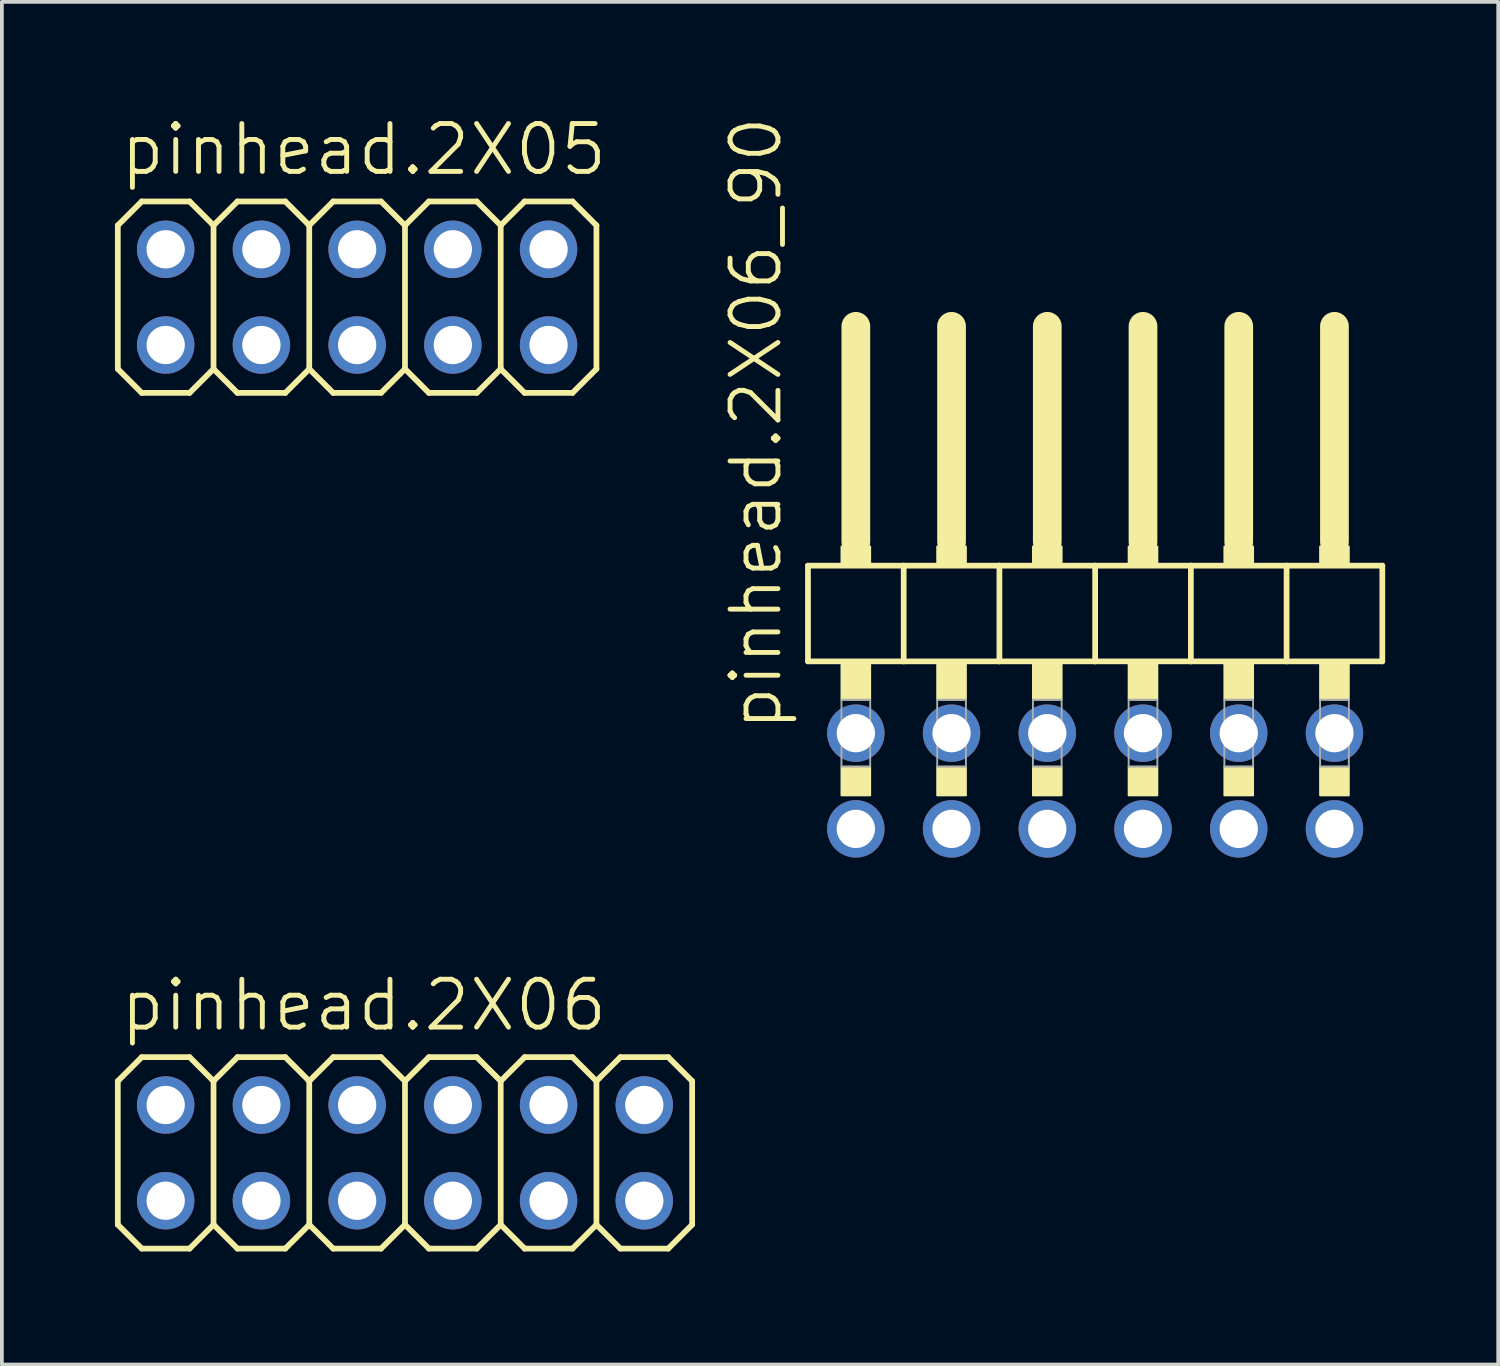
<source format=kicad_pcb>
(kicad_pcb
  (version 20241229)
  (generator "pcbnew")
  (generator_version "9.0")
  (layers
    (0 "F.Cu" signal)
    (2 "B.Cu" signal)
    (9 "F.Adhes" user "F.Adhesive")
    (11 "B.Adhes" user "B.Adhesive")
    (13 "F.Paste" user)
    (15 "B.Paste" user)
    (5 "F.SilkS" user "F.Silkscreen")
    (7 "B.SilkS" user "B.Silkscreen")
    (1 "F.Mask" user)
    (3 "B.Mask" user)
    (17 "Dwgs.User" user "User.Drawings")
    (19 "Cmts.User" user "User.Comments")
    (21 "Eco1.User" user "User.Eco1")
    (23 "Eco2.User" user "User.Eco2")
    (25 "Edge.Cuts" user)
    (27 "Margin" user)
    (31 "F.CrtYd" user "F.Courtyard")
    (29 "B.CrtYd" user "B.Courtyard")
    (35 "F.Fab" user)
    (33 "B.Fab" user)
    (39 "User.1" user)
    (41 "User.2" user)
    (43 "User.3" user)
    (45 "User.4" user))
  (footprint "pinhead.2X05"
    (layer "F.Cu")
    (at 6.426 4.835)
    (property "Reference" "pinhead.2X05" (at -6.35 -3.175 0) (layer "F.SilkS") (effects (font (size 1.27 1.27) (thickness 0.13)) (justify left bottom)))
    (attr through_hole)
    (fp_line (start -6.35 -1.905) (end -5.715 -2.54) (stroke (width 0.152) (type default)) (layer "F.SilkS"))
    (fp_line (start -6.35 1.905) (end -6.35 -1.905) (stroke (width 0.152) (type default)) (layer "F.SilkS"))
    (fp_line (start -6.35 1.905) (end -5.715 2.54) (stroke (width 0.152) (type default)) (layer "F.SilkS"))
    (fp_line (start -5.715 -2.54) (end -4.445 -2.54) (stroke (width 0.152) (type default)) (layer "F.SilkS"))
    (fp_line (start -5.715 2.54) (end -4.445 2.54) (stroke (width 0.152) (type default)) (layer "F.SilkS"))
    (fp_line (start -4.445 -2.54) (end -3.81 -1.905) (stroke (width 0.152) (type default)) (layer "F.SilkS"))
    (fp_line (start -4.445 2.54) (end -3.81 1.905) (stroke (width 0.152) (type default)) (layer "F.SilkS"))
    (fp_line (start -3.81 -1.905) (end -3.81 1.905) (stroke (width 0.152) (type default)) (layer "F.SilkS"))
    (fp_line (start -3.81 -1.905) (end -3.175 -2.54) (stroke (width 0.152) (type default)) (layer "F.SilkS"))
    (fp_line (start -3.81 1.905) (end -3.175 2.54) (stroke (width 0.152) (type default)) (layer "F.SilkS"))
    (fp_line (start -3.175 -2.54) (end -1.905 -2.54) (stroke (width 0.152) (type default)) (layer "F.SilkS"))
    (fp_line (start -3.175 2.54) (end -1.905 2.54) (stroke (width 0.152) (type default)) (layer "F.SilkS"))
    (fp_line (start -1.905 -2.54) (end -1.27 -1.905) (stroke (width 0.152) (type default)) (layer "F.SilkS"))
    (fp_line (start -1.905 2.54) (end -1.27 1.905) (stroke (width 0.152) (type default)) (layer "F.SilkS"))
    (fp_line (start -1.27 -1.905) (end -1.27 1.905) (stroke (width 0.152) (type default)) (layer "F.SilkS"))
    (fp_line (start -1.27 -1.905) (end -0.635 -2.54) (stroke (width 0.152) (type default)) (layer "F.SilkS"))
    (fp_line (start -1.27 1.905) (end -0.635 2.54) (stroke (width 0.152) (type default)) (layer "F.SilkS"))
    (fp_line (start -0.635 -2.54) (end 0.635 -2.54) (stroke (width 0.152) (type default)) (layer "F.SilkS"))
    (fp_line (start -0.635 2.54) (end 0.635 2.54) (stroke (width 0.152) (type default)) (layer "F.SilkS"))
    (fp_line (start 0.635 -2.54) (end 1.27 -1.905) (stroke (width 0.152) (type default)) (layer "F.SilkS"))
    (fp_line (start 0.635 2.54) (end 1.27 1.905) (stroke (width 0.152) (type default)) (layer "F.SilkS"))
    (fp_line (start 1.27 -1.905) (end 1.27 1.905) (stroke (width 0.152) (type default)) (layer "F.SilkS"))
    (fp_line (start 1.27 -1.905) (end 1.905 -2.54) (stroke (width 0.152) (type default)) (layer "F.SilkS"))
    (fp_line (start 1.27 1.905) (end 1.905 2.54) (stroke (width 0.152) (type default)) (layer "F.SilkS"))
    (fp_line (start 1.905 -2.54) (end 3.175 -2.54) (stroke (width 0.152) (type default)) (layer "F.SilkS"))
    (fp_line (start 1.905 2.54) (end 3.175 2.54) (stroke (width 0.152) (type default)) (layer "F.SilkS"))
    (fp_line (start 3.175 -2.54) (end 3.81 -1.905) (stroke (width 0.152) (type default)) (layer "F.SilkS"))
    (fp_line (start 3.175 2.54) (end 3.81 1.905) (stroke (width 0.152) (type default)) (layer "F.SilkS"))
    (fp_line (start 3.81 -1.905) (end 3.81 1.905) (stroke (width 0.152) (type default)) (layer "F.SilkS"))
    (fp_line (start 3.81 -1.905) (end 4.445 -2.54) (stroke (width 0.152) (type default)) (layer "F.SilkS"))
    (fp_line (start 3.81 1.905) (end 4.445 2.54) (stroke (width 0.152) (type default)) (layer "F.SilkS"))
    (fp_line (start 4.445 -2.54) (end 5.715 -2.54) (stroke (width 0.152) (type default)) (layer "F.SilkS"))
    (fp_line (start 4.445 2.54) (end 5.715 2.54) (stroke (width 0.152) (type default)) (layer "F.SilkS"))
    (fp_line (start 5.715 -2.54) (end 6.35 -1.905) (stroke (width 0.152) (type default)) (layer "F.SilkS"))
    (fp_line (start 5.715 2.54) (end 6.35 1.905) (stroke (width 0.152) (type default)) (layer "F.SilkS"))
    (fp_line (start 6.35 -1.905) (end 6.35 1.905) (stroke (width 0.152) (type default)) (layer "F.SilkS"))
    (fp_rect (start -5.334 -1.016) (end -4.826 -1.524) (stroke (width 0.05) (type default)) (fill no) (layer "F.Fab"))
    (fp_rect (start -5.334 1.524) (end -4.826 1.016) (stroke (width 0.05) (type default)) (fill no) (layer "F.Fab"))
    (fp_rect (start -2.794 -1.016) (end -2.286 -1.524) (stroke (width 0.05) (type default)) (fill no) (layer "F.Fab"))
    (fp_rect (start -2.794 1.524) (end -2.286 1.016) (stroke (width 0.05) (type default)) (fill no) (layer "F.Fab"))
    (fp_rect (start -0.254 -1.016) (end 0.254 -1.524) (stroke (width 0.05) (type default)) (fill no) (layer "F.Fab"))
    (fp_rect (start -0.254 1.524) (end 0.254 1.016) (stroke (width 0.05) (type default)) (fill no) (layer "F.Fab"))
    (fp_rect (start 2.286 -1.016) (end 2.794 -1.524) (stroke (width 0.05) (type default)) (fill no) (layer "F.Fab"))
    (fp_rect (start 2.286 1.524) (end 2.794 1.016) (stroke (width 0.05) (type default)) (fill no) (layer "F.Fab"))
    (fp_rect (start 4.826 -1.016) (end 5.334 -1.524) (stroke (width 0.05) (type default)) (fill no) (layer "F.Fab"))
    (fp_rect (start 4.826 1.524) (end 5.334 1.016) (stroke (width 0.05) (type default)) (fill no) (layer "F.Fab"))
    (pad "1" thru_hole circle (at -5.08 1.27) (size 1.524 1.524) (drill 1.016) (layers "*.Cu" "*.Mask"))
    (pad "2" thru_hole circle (at -5.08 -1.27) (size 1.524 1.524) (drill 1.016) (layers "*.Cu" "*.Mask"))
    (pad "3" thru_hole circle (at -2.54 1.27) (size 1.524 1.524) (drill 1.016) (layers "*.Cu" "*.Mask"))
    (pad "4" thru_hole circle (at -2.54 -1.27) (size 1.524 1.524) (drill 1.016) (layers "*.Cu" "*.Mask"))
    (pad "5" thru_hole circle (at 0 1.27) (size 1.524 1.524) (drill 1.016) (layers "*.Cu" "*.Mask"))
    (pad "6" thru_hole circle (at 0 -1.27) (size 1.524 1.524) (drill 1.016) (layers "*.Cu" "*.Mask"))
    (pad "7" thru_hole circle (at 2.54 1.27) (size 1.524 1.524) (drill 1.016) (layers "*.Cu" "*.Mask"))
    (pad "8" thru_hole circle (at 2.54 -1.27) (size 1.524 1.524) (drill 1.016) (layers "*.Cu" "*.Mask"))
    (pad "9" thru_hole circle (at 5.08 1.27) (size 1.524 1.524) (drill 1.016) (layers "*.Cu" "*.Mask"))
    (pad "10" thru_hole circle (at 5.08 -1.27) (size 1.524 1.524) (drill 1.016) (layers "*.Cu" "*.Mask")))
  (footprint "pinhead.2X06_90"
    (layer "F.Cu")
    (at 26.009 12.594)
    (property "Reference" "pinhead.2X06_90" (at -8.255 3.81 90) (layer "F.SilkS") (effects (font (size 1.27 1.27) (thickness 0.13)) (justify left bottom)))
    (attr through_hole)
    (fp_line (start -7.62 -0.635) (end -7.62 1.905) (stroke (width 0.152) (type default)) (layer "F.SilkS"))
    (fp_line (start -7.62 1.905) (end -5.08 1.905) (stroke (width 0.152) (type default)) (layer "F.SilkS"))
    (fp_line (start -6.35 -6.985) (end -6.35 -1.27) (stroke (width 0.762) (type default)) (layer "F.SilkS"))
    (fp_line (start -5.08 -0.635) (end -7.62 -0.635) (stroke (width 0.152) (type default)) (layer "F.SilkS"))
    (fp_line (start -5.08 1.905) (end -5.08 -0.635) (stroke (width 0.152) (type default)) (layer "F.SilkS"))
    (fp_line (start -5.08 1.905) (end -2.54 1.905) (stroke (width 0.152) (type default)) (layer "F.SilkS"))
    (fp_line (start -3.81 -6.985) (end -3.81 -1.27) (stroke (width 0.762) (type default)) (layer "F.SilkS"))
    (fp_line (start -2.54 -0.635) (end -5.08 -0.635) (stroke (width 0.152) (type default)) (layer "F.SilkS"))
    (fp_line (start -2.54 1.905) (end -2.54 -0.635) (stroke (width 0.152) (type default)) (layer "F.SilkS"))
    (fp_line (start -2.54 1.905) (end 0 1.905) (stroke (width 0.152) (type default)) (layer "F.SilkS"))
    (fp_line (start -1.27 -6.985) (end -1.27 -1.27) (stroke (width 0.762) (type default)) (layer "F.SilkS"))
    (fp_line (start 0 -0.635) (end -2.54 -0.635) (stroke (width 0.152) (type default)) (layer "F.SilkS"))
    (fp_line (start 0 1.905) (end 0 -0.635) (stroke (width 0.152) (type default)) (layer "F.SilkS"))
    (fp_line (start 0 1.905) (end 2.54 1.905) (stroke (width 0.152) (type default)) (layer "F.SilkS"))
    (fp_line (start 1.27 -6.985) (end 1.27 -1.27) (stroke (width 0.762) (type default)) (layer "F.SilkS"))
    (fp_line (start 2.54 -0.635) (end 0 -0.635) (stroke (width 0.152) (type default)) (layer "F.SilkS"))
    (fp_line (start 2.54 1.905) (end 2.54 -0.635) (stroke (width 0.152) (type default)) (layer "F.SilkS"))
    (fp_line (start 2.54 1.905) (end 5.08 1.905) (stroke (width 0.152) (type default)) (layer "F.SilkS"))
    (fp_line (start 3.81 -6.985) (end 3.81 -1.27) (stroke (width 0.762) (type default)) (layer "F.SilkS"))
    (fp_line (start 5.08 -0.635) (end 2.54 -0.635) (stroke (width 0.152) (type default)) (layer "F.SilkS"))
    (fp_line (start 5.08 1.905) (end 5.08 -0.635) (stroke (width 0.152) (type default)) (layer "F.SilkS"))
    (fp_line (start 5.08 1.905) (end 7.62 1.905) (stroke (width 0.152) (type default)) (layer "F.SilkS"))
    (fp_line (start 6.35 -6.985) (end 6.35 -1.27) (stroke (width 0.762) (type default)) (layer "F.SilkS"))
    (fp_line (start 7.62 -0.635) (end 5.08 -0.635) (stroke (width 0.152) (type default)) (layer "F.SilkS"))
    (fp_line (start 7.62 1.905) (end 7.62 -0.635) (stroke (width 0.152) (type default)) (layer "F.SilkS"))
    (fp_rect (start -6.731 -0.635) (end -5.969 -1.143) (stroke (width 0.05) (type default)) (fill yes) (layer "F.SilkS"))
    (fp_rect (start -6.731 2.921) (end -5.969 1.905) (stroke (width 0.05) (type default)) (fill yes) (layer "F.SilkS"))
    (fp_rect (start -6.731 5.461) (end -5.969 4.699) (stroke (width 0.05) (type default)) (fill yes) (layer "F.SilkS"))
    (fp_rect (start -4.191 -0.635) (end -3.429 -1.143) (stroke (width 0.05) (type default)) (fill yes) (layer "F.SilkS"))
    (fp_rect (start -4.191 2.921) (end -3.429 1.905) (stroke (width 0.05) (type default)) (fill yes) (layer "F.SilkS"))
    (fp_rect (start -4.191 5.461) (end -3.429 4.699) (stroke (width 0.05) (type default)) (fill yes) (layer "F.SilkS"))
    (fp_rect (start -1.651 -0.635) (end -0.889 -1.143) (stroke (width 0.05) (type default)) (fill yes) (layer "F.SilkS"))
    (fp_rect (start -1.651 2.921) (end -0.889 1.905) (stroke (width 0.05) (type default)) (fill yes) (layer "F.SilkS"))
    (fp_rect (start -1.651 5.461) (end -0.889 4.699) (stroke (width 0.05) (type default)) (fill yes) (layer "F.SilkS"))
    (fp_rect (start 0.889 -0.635) (end 1.651 -1.143) (stroke (width 0.05) (type default)) (fill yes) (layer "F.SilkS"))
    (fp_rect (start 0.889 2.921) (end 1.651 1.905) (stroke (width 0.05) (type default)) (fill yes) (layer "F.SilkS"))
    (fp_rect (start 0.889 5.461) (end 1.651 4.699) (stroke (width 0.05) (type default)) (fill yes) (layer "F.SilkS"))
    (fp_rect (start 3.429 -0.635) (end 4.191 -1.143) (stroke (width 0.05) (type default)) (fill yes) (layer "F.SilkS"))
    (fp_rect (start 3.429 2.921) (end 4.191 1.905) (stroke (width 0.05) (type default)) (fill yes) (layer "F.SilkS"))
    (fp_rect (start 3.429 5.461) (end 4.191 4.699) (stroke (width 0.05) (type default)) (fill yes) (layer "F.SilkS"))
    (fp_rect (start 5.969 -0.635) (end 6.731 -1.143) (stroke (width 0.05) (type default)) (fill yes) (layer "F.SilkS"))
    (fp_rect (start 5.969 2.921) (end 6.731 1.905) (stroke (width 0.05) (type default)) (fill yes) (layer "F.SilkS"))
    (fp_rect (start 5.969 5.461) (end 6.731 4.699) (stroke (width 0.05) (type default)) (fill yes) (layer "F.SilkS"))
    (fp_rect (start -6.731 4.699) (end -5.969 2.921) (stroke (width 0.05) (type default)) (fill no) (layer "F.Fab"))
    (fp_rect (start -4.191 4.699) (end -3.429 2.921) (stroke (width 0.05) (type default)) (fill no) (layer "F.Fab"))
    (fp_rect (start -1.651 4.699) (end -0.889 2.921) (stroke (width 0.05) (type default)) (fill no) (layer "F.Fab"))
    (fp_rect (start 0.889 4.699) (end 1.651 2.921) (stroke (width 0.05) (type default)) (fill no) (layer "F.Fab"))
    (fp_rect (start 3.429 4.699) (end 4.191 2.921) (stroke (width 0.05) (type default)) (fill no) (layer "F.Fab"))
    (fp_rect (start 5.969 4.699) (end 6.731 2.921) (stroke (width 0.05) (type default)) (fill no) (layer "F.Fab"))
    (pad "1" thru_hole circle (at -6.35 6.35) (size 1.524 1.524) (drill 1.016) (layers "*.Cu" "*.Mask"))
    (pad "2" thru_hole circle (at -6.35 3.81) (size 1.524 1.524) (drill 1.016) (layers "*.Cu" "*.Mask"))
    (pad "3" thru_hole circle (at -3.81 6.35) (size 1.524 1.524) (drill 1.016) (layers "*.Cu" "*.Mask"))
    (pad "4" thru_hole circle (at -3.81 3.81) (size 1.524 1.524) (drill 1.016) (layers "*.Cu" "*.Mask"))
    (pad "5" thru_hole circle (at -1.27 6.35) (size 1.524 1.524) (drill 1.016) (layers "*.Cu" "*.Mask"))
    (pad "6" thru_hole circle (at -1.27 3.81) (size 1.524 1.524) (drill 1.016) (layers "*.Cu" "*.Mask"))
    (pad "7" thru_hole circle (at 1.27 6.35) (size 1.524 1.524) (drill 1.016) (layers "*.Cu" "*.Mask"))
    (pad "8" thru_hole circle (at 1.27 3.81) (size 1.524 1.524) (drill 1.016) (layers "*.Cu" "*.Mask"))
    (pad "9" thru_hole circle (at 3.81 6.35) (size 1.524 1.524) (drill 1.016) (layers "*.Cu" "*.Mask"))
    (pad "10" thru_hole circle (at 3.81 3.81) (size 1.524 1.524) (drill 1.016) (layers "*.Cu" "*.Mask"))
    (pad "11" thru_hole circle (at 6.35 6.35) (size 1.524 1.524) (drill 1.016) (layers "*.Cu" "*.Mask"))
    (pad "12" thru_hole circle (at 6.35 3.81) (size 1.524 1.524) (drill 1.016) (layers "*.Cu" "*.Mask")))
  (footprint "pinhead.2X06"
    (layer "F.Cu")
    (at 7.696 27.541)
    (property "Reference" "pinhead.2X06" (at -7.62 -3.175 0) (layer "F.SilkS") (effects (font (size 1.27 1.27) (thickness 0.13)) (justify left bottom)))
    (attr through_hole)
    (fp_line (start -7.62 -1.905) (end -6.985 -2.54) (stroke (width 0.152) (type default)) (layer "F.SilkS"))
    (fp_line (start -7.62 1.905) (end -7.62 -1.905) (stroke (width 0.152) (type default)) (layer "F.SilkS"))
    (fp_line (start -7.62 1.905) (end -6.985 2.54) (stroke (width 0.152) (type default)) (layer "F.SilkS"))
    (fp_line (start -6.985 -2.54) (end -5.715 -2.54) (stroke (width 0.152) (type default)) (layer "F.SilkS"))
    (fp_line (start -6.985 2.54) (end -5.715 2.54) (stroke (width 0.152) (type default)) (layer "F.SilkS"))
    (fp_line (start -5.715 -2.54) (end -5.08 -1.905) (stroke (width 0.152) (type default)) (layer "F.SilkS"))
    (fp_line (start -5.715 2.54) (end -5.08 1.905) (stroke (width 0.152) (type default)) (layer "F.SilkS"))
    (fp_line (start -5.08 -1.905) (end -5.08 1.905) (stroke (width 0.152) (type default)) (layer "F.SilkS"))
    (fp_line (start -5.08 -1.905) (end -4.445 -2.54) (stroke (width 0.152) (type default)) (layer "F.SilkS"))
    (fp_line (start -5.08 1.905) (end -4.445 2.54) (stroke (width 0.152) (type default)) (layer "F.SilkS"))
    (fp_line (start -4.445 -2.54) (end -3.175 -2.54) (stroke (width 0.152) (type default)) (layer "F.SilkS"))
    (fp_line (start -4.445 2.54) (end -3.175 2.54) (stroke (width 0.152) (type default)) (layer "F.SilkS"))
    (fp_line (start -3.175 -2.54) (end -2.54 -1.905) (stroke (width 0.152) (type default)) (layer "F.SilkS"))
    (fp_line (start -3.175 2.54) (end -2.54 1.905) (stroke (width 0.152) (type default)) (layer "F.SilkS"))
    (fp_line (start -2.54 -1.905) (end -2.54 1.905) (stroke (width 0.152) (type default)) (layer "F.SilkS"))
    (fp_line (start -2.54 -1.905) (end -1.905 -2.54) (stroke (width 0.152) (type default)) (layer "F.SilkS"))
    (fp_line (start -2.54 1.905) (end -1.905 2.54) (stroke (width 0.152) (type default)) (layer "F.SilkS"))
    (fp_line (start -1.905 -2.54) (end -0.635 -2.54) (stroke (width 0.152) (type default)) (layer "F.SilkS"))
    (fp_line (start -1.905 2.54) (end -0.635 2.54) (stroke (width 0.152) (type default)) (layer "F.SilkS"))
    (fp_line (start -0.635 -2.54) (end 0 -1.905) (stroke (width 0.152) (type default)) (layer "F.SilkS"))
    (fp_line (start -0.635 2.54) (end 0 1.905) (stroke (width 0.152) (type default)) (layer "F.SilkS"))
    (fp_line (start 0 -1.905) (end 0 1.905) (stroke (width 0.152) (type default)) (layer "F.SilkS"))
    (fp_line (start 0 -1.905) (end 0.635 -2.54) (stroke (width 0.152) (type default)) (layer "F.SilkS"))
    (fp_line (start 0 1.905) (end 0.635 2.54) (stroke (width 0.152) (type default)) (layer "F.SilkS"))
    (fp_line (start 0.635 -2.54) (end 1.905 -2.54) (stroke (width 0.152) (type default)) (layer "F.SilkS"))
    (fp_line (start 0.635 2.54) (end 1.905 2.54) (stroke (width 0.152) (type default)) (layer "F.SilkS"))
    (fp_line (start 1.905 -2.54) (end 2.54 -1.905) (stroke (width 0.152) (type default)) (layer "F.SilkS"))
    (fp_line (start 1.905 2.54) (end 2.54 1.905) (stroke (width 0.152) (type default)) (layer "F.SilkS"))
    (fp_line (start 2.54 -1.905) (end 2.54 1.905) (stroke (width 0.152) (type default)) (layer "F.SilkS"))
    (fp_line (start 2.54 -1.905) (end 3.175 -2.54) (stroke (width 0.152) (type default)) (layer "F.SilkS"))
    (fp_line (start 2.54 1.905) (end 3.175 2.54) (stroke (width 0.152) (type default)) (layer "F.SilkS"))
    (fp_line (start 3.175 -2.54) (end 4.445 -2.54) (stroke (width 0.152) (type default)) (layer "F.SilkS"))
    (fp_line (start 3.175 2.54) (end 4.445 2.54) (stroke (width 0.152) (type default)) (layer "F.SilkS"))
    (fp_line (start 4.445 -2.54) (end 5.08 -1.905) (stroke (width 0.152) (type default)) (layer "F.SilkS"))
    (fp_line (start 4.445 2.54) (end 5.08 1.905) (stroke (width 0.152) (type default)) (layer "F.SilkS"))
    (fp_line (start 5.08 -1.905) (end 5.08 1.905) (stroke (width 0.152) (type default)) (layer "F.SilkS"))
    (fp_line (start 5.08 -1.905) (end 5.715 -2.54) (stroke (width 0.152) (type default)) (layer "F.SilkS"))
    (fp_line (start 5.08 1.905) (end 5.715 2.54) (stroke (width 0.152) (type default)) (layer "F.SilkS"))
    (fp_line (start 5.715 -2.54) (end 6.985 -2.54) (stroke (width 0.152) (type default)) (layer "F.SilkS"))
    (fp_line (start 5.715 2.54) (end 6.985 2.54) (stroke (width 0.152) (type default)) (layer "F.SilkS"))
    (fp_line (start 6.985 -2.54) (end 7.62 -1.905) (stroke (width 0.152) (type default)) (layer "F.SilkS"))
    (fp_line (start 6.985 2.54) (end 7.62 1.905) (stroke (width 0.152) (type default)) (layer "F.SilkS"))
    (fp_line (start 7.62 -1.905) (end 7.62 1.905) (stroke (width 0.152) (type default)) (layer "F.SilkS"))
    (fp_rect (start -6.604 -1.016) (end -6.096 -1.524) (stroke (width 0.05) (type default)) (fill no) (layer "F.Fab"))
    (fp_rect (start -6.604 1.524) (end -6.096 1.016) (stroke (width 0.05) (type default)) (fill no) (layer "F.Fab"))
    (fp_rect (start -4.064 -1.016) (end -3.556 -1.524) (stroke (width 0.05) (type default)) (fill no) (layer "F.Fab"))
    (fp_rect (start -4.064 1.524) (end -3.556 1.016) (stroke (width 0.05) (type default)) (fill no) (layer "F.Fab"))
    (fp_rect (start -1.524 -1.016) (end -1.016 -1.524) (stroke (width 0.05) (type default)) (fill no) (layer "F.Fab"))
    (fp_rect (start -1.524 1.524) (end -1.016 1.016) (stroke (width 0.05) (type default)) (fill no) (layer "F.Fab"))
    (fp_rect (start 1.016 -1.016) (end 1.524 -1.524) (stroke (width 0.05) (type default)) (fill no) (layer "F.Fab"))
    (fp_rect (start 1.016 1.524) (end 1.524 1.016) (stroke (width 0.05) (type default)) (fill no) (layer "F.Fab"))
    (fp_rect (start 3.556 -1.016) (end 4.064 -1.524) (stroke (width 0.05) (type default)) (fill no) (layer "F.Fab"))
    (fp_rect (start 3.556 1.524) (end 4.064 1.016) (stroke (width 0.05) (type default)) (fill no) (layer "F.Fab"))
    (fp_rect (start 6.096 -1.016) (end 6.604 -1.524) (stroke (width 0.05) (type default)) (fill no) (layer "F.Fab"))
    (fp_rect (start 6.096 1.524) (end 6.604 1.016) (stroke (width 0.05) (type default)) (fill no) (layer "F.Fab"))
    (pad "1" thru_hole circle (at -6.35 1.27) (size 1.524 1.524) (drill 1.016) (layers "*.Cu" "*.Mask"))
    (pad "2" thru_hole circle (at -6.35 -1.27) (size 1.524 1.524) (drill 1.016) (layers "*.Cu" "*.Mask"))
    (pad "3" thru_hole circle (at -3.81 1.27) (size 1.524 1.524) (drill 1.016) (layers "*.Cu" "*.Mask"))
    (pad "4" thru_hole circle (at -3.81 -1.27) (size 1.524 1.524) (drill 1.016) (layers "*.Cu" "*.Mask"))
    (pad "5" thru_hole circle (at -1.27 1.27) (size 1.524 1.524) (drill 1.016) (layers "*.Cu" "*.Mask"))
    (pad "6" thru_hole circle (at -1.27 -1.27) (size 1.524 1.524) (drill 1.016) (layers "*.Cu" "*.Mask"))
    (pad "7" thru_hole circle (at 1.27 1.27) (size 1.524 1.524) (drill 1.016) (layers "*.Cu" "*.Mask"))
    (pad "8" thru_hole circle (at 1.27 -1.27) (size 1.524 1.524) (drill 1.016) (layers "*.Cu" "*.Mask"))
    (pad "9" thru_hole circle (at 3.81 1.27) (size 1.524 1.524) (drill 1.016) (layers "*.Cu" "*.Mask"))
    (pad "10" thru_hole circle (at 3.81 -1.27) (size 1.524 1.524) (drill 1.016) (layers "*.Cu" "*.Mask"))
    (pad "11" thru_hole circle (at 6.35 1.27) (size 1.524 1.524) (drill 1.016) (layers "*.Cu" "*.Mask"))
    (pad "12" thru_hole circle (at 6.35 -1.27) (size 1.524 1.524) (drill 1.016) (layers "*.Cu" "*.Mask")))
  (gr_rect
    (start -3 -3)
    (end 36.705 33.157)
    (stroke (width 0.1) (type default))
    (fill no)
    (layer "Edge.Cuts")))
</source>
